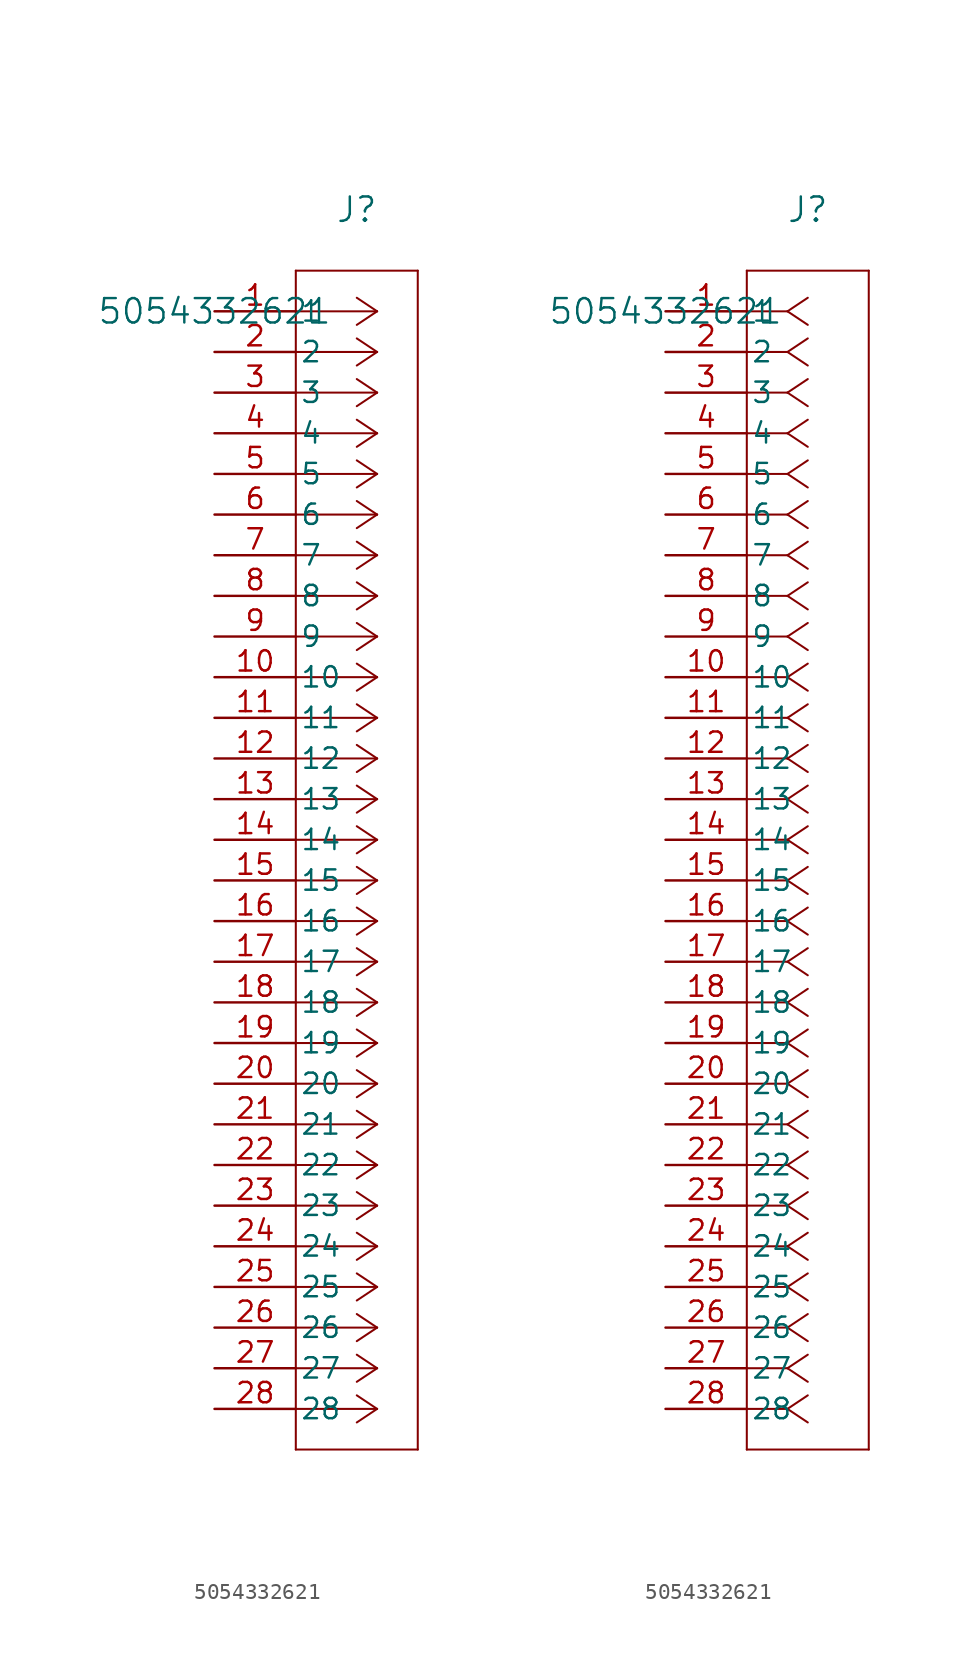
<source format=kicad_sym>
(kicad_symbol_lib
  (version 20231120)
  (generator "kicad_symbol_editor")
  (generator_version "8.0")
  (symbol "5054332621"
    (pin_names
      (offset 0.254))
    (property "Reference" "J"
      (at 8.89 6.35 0)
      (effects (font (size 1.524 1.524))))
    (property "Value" "5054332621"
      (at 0 0 0)
      (effects (font (size 1.524 1.524))))
    (property "ki_locked" ""
      (at 0 0 0)
      (effects (font (size 1.27 1.27))))
    (symbol "5054332621_1_1"
      (polyline (pts (xy 5.08 -71.12) (xy 12.7 -71.12)) (stroke (width 0.127) (type default)) (fill (type none)))
      (polyline (pts (xy 5.08 2.54) (xy 5.08 -71.12)) (stroke (width 0.127) (type default)) (fill (type none)))
      (polyline (pts (xy 10.16 -68.58) (xy 5.08 -68.58)) (stroke (width 0.127) (type default)) (fill (type none)))
      (polyline (pts (xy 10.16 -68.58) (xy 8.89 -69.427)) (stroke (width 0.127) (type default)) (fill (type none)))
      (polyline (pts (xy 10.16 -68.58) (xy 8.89 -67.733)) (stroke (width 0.127) (type default)) (fill (type none)))
      (polyline (pts (xy 10.16 -66.04) (xy 5.08 -66.04)) (stroke (width 0.127) (type default)) (fill (type none)))
      (polyline (pts (xy 10.16 -66.04) (xy 8.89 -66.887)) (stroke (width 0.127) (type default)) (fill (type none)))
      (polyline (pts (xy 10.16 -66.04) (xy 8.89 -65.193)) (stroke (width 0.127) (type default)) (fill (type none)))
      (polyline (pts (xy 10.16 -63.5) (xy 5.08 -63.5)) (stroke (width 0.127) (type default)) (fill (type none)))
      (polyline (pts (xy 10.16 -63.5) (xy 8.89 -64.347)) (stroke (width 0.127) (type default)) (fill (type none)))
      (polyline (pts (xy 10.16 -63.5) (xy 8.89 -62.653)) (stroke (width 0.127) (type default)) (fill (type none)))
      (polyline (pts (xy 10.16 -60.96) (xy 5.08 -60.96)) (stroke (width 0.127) (type default)) (fill (type none)))
      (polyline (pts (xy 10.16 -60.96) (xy 8.89 -61.807)) (stroke (width 0.127) (type default)) (fill (type none)))
      (polyline (pts (xy 10.16 -60.96) (xy 8.89 -60.113)) (stroke (width 0.127) (type default)) (fill (type none)))
      (polyline (pts (xy 10.16 -58.42) (xy 5.08 -58.42)) (stroke (width 0.127) (type default)) (fill (type none)))
      (polyline (pts (xy 10.16 -58.42) (xy 8.89 -59.267)) (stroke (width 0.127) (type default)) (fill (type none)))
      (polyline (pts (xy 10.16 -58.42) (xy 8.89 -57.573)) (stroke (width 0.127) (type default)) (fill (type none)))
      (polyline (pts (xy 10.16 -55.88) (xy 5.08 -55.88)) (stroke (width 0.127) (type default)) (fill (type none)))
      (polyline (pts (xy 10.16 -55.88) (xy 8.89 -56.727)) (stroke (width 0.127) (type default)) (fill (type none)))
      (polyline (pts (xy 10.16 -55.88) (xy 8.89 -55.033)) (stroke (width 0.127) (type default)) (fill (type none)))
      (polyline (pts (xy 10.16 -53.34) (xy 5.08 -53.34)) (stroke (width 0.127) (type default)) (fill (type none)))
      (polyline (pts (xy 10.16 -53.34) (xy 8.89 -54.187)) (stroke (width 0.127) (type default)) (fill (type none)))
      (polyline (pts (xy 10.16 -53.34) (xy 8.89 -52.493)) (stroke (width 0.127) (type default)) (fill (type none)))
      (polyline (pts (xy 10.16 -50.8) (xy 5.08 -50.8)) (stroke (width 0.127) (type default)) (fill (type none)))
      (polyline (pts (xy 10.16 -50.8) (xy 8.89 -51.647)) (stroke (width 0.127) (type default)) (fill (type none)))
      (polyline (pts (xy 10.16 -50.8) (xy 8.89 -49.953)) (stroke (width 0.127) (type default)) (fill (type none)))
      (polyline (pts (xy 10.16 -48.26) (xy 5.08 -48.26)) (stroke (width 0.127) (type default)) (fill (type none)))
      (polyline (pts (xy 10.16 -48.26) (xy 8.89 -49.107)) (stroke (width 0.127) (type default)) (fill (type none)))
      (polyline (pts (xy 10.16 -48.26) (xy 8.89 -47.413)) (stroke (width 0.127) (type default)) (fill (type none)))
      (polyline (pts (xy 10.16 -45.72) (xy 5.08 -45.72)) (stroke (width 0.127) (type default)) (fill (type none)))
      (polyline (pts (xy 10.16 -45.72) (xy 8.89 -46.567)) (stroke (width 0.127) (type default)) (fill (type none)))
      (polyline (pts (xy 10.16 -45.72) (xy 8.89 -44.873)) (stroke (width 0.127) (type default)) (fill (type none)))
      (polyline (pts (xy 10.16 -43.18) (xy 5.08 -43.18)) (stroke (width 0.127) (type default)) (fill (type none)))
      (polyline (pts (xy 10.16 -43.18) (xy 8.89 -44.027)) (stroke (width 0.127) (type default)) (fill (type none)))
      (polyline (pts (xy 10.16 -43.18) (xy 8.89 -42.333)) (stroke (width 0.127) (type default)) (fill (type none)))
      (polyline (pts (xy 10.16 -40.64) (xy 5.08 -40.64)) (stroke (width 0.127) (type default)) (fill (type none)))
      (polyline (pts (xy 10.16 -40.64) (xy 8.89 -41.487)) (stroke (width 0.127) (type default)) (fill (type none)))
      (polyline (pts (xy 10.16 -40.64) (xy 8.89 -39.793)) (stroke (width 0.127) (type default)) (fill (type none)))
      (polyline (pts (xy 10.16 -38.1) (xy 5.08 -38.1)) (stroke (width 0.127) (type default)) (fill (type none)))
      (polyline (pts (xy 10.16 -38.1) (xy 8.89 -38.947)) (stroke (width 0.127) (type default)) (fill (type none)))
      (polyline (pts (xy 10.16 -38.1) (xy 8.89 -37.253)) (stroke (width 0.127) (type default)) (fill (type none)))
      (polyline (pts (xy 10.16 -35.56) (xy 5.08 -35.56)) (stroke (width 0.127) (type default)) (fill (type none)))
      (polyline (pts (xy 10.16 -35.56) (xy 8.89 -36.407)) (stroke (width 0.127) (type default)) (fill (type none)))
      (polyline (pts (xy 10.16 -35.56) (xy 8.89 -34.713)) (stroke (width 0.127) (type default)) (fill (type none)))
      (polyline (pts (xy 10.16 -33.02) (xy 5.08 -33.02)) (stroke (width 0.127) (type default)) (fill (type none)))
      (polyline (pts (xy 10.16 -33.02) (xy 8.89 -33.867)) (stroke (width 0.127) (type default)) (fill (type none)))
      (polyline (pts (xy 10.16 -33.02) (xy 8.89 -32.173)) (stroke (width 0.127) (type default)) (fill (type none)))
      (polyline (pts (xy 10.16 -30.48) (xy 5.08 -30.48)) (stroke (width 0.127) (type default)) (fill (type none)))
      (polyline (pts (xy 10.16 -30.48) (xy 8.89 -31.327)) (stroke (width 0.127) (type default)) (fill (type none)))
      (polyline (pts (xy 10.16 -30.48) (xy 8.89 -29.633)) (stroke (width 0.127) (type default)) (fill (type none)))
      (polyline (pts (xy 10.16 -27.94) (xy 5.08 -27.94)) (stroke (width 0.127) (type default)) (fill (type none)))
      (polyline (pts (xy 10.16 -27.94) (xy 8.89 -28.787)) (stroke (width 0.127) (type default)) (fill (type none)))
      (polyline (pts (xy 10.16 -27.94) (xy 8.89 -27.093)) (stroke (width 0.127) (type default)) (fill (type none)))
      (polyline (pts (xy 10.16 -25.4) (xy 5.08 -25.4)) (stroke (width 0.127) (type default)) (fill (type none)))
      (polyline (pts (xy 10.16 -25.4) (xy 8.89 -26.247)) (stroke (width 0.127) (type default)) (fill (type none)))
      (polyline (pts (xy 10.16 -25.4) (xy 8.89 -24.553)) (stroke (width 0.127) (type default)) (fill (type none)))
      (polyline (pts (xy 10.16 -22.86) (xy 5.08 -22.86)) (stroke (width 0.127) (type default)) (fill (type none)))
      (polyline (pts (xy 10.16 -22.86) (xy 8.89 -23.707)) (stroke (width 0.127) (type default)) (fill (type none)))
      (polyline (pts (xy 10.16 -22.86) (xy 8.89 -22.013)) (stroke (width 0.127) (type default)) (fill (type none)))
      (polyline (pts (xy 10.16 -20.32) (xy 5.08 -20.32)) (stroke (width 0.127) (type default)) (fill (type none)))
      (polyline (pts (xy 10.16 -20.32) (xy 8.89 -21.167)) (stroke (width 0.127) (type default)) (fill (type none)))
      (polyline (pts (xy 10.16 -20.32) (xy 8.89 -19.473)) (stroke (width 0.127) (type default)) (fill (type none)))
      (polyline (pts (xy 10.16 -17.78) (xy 5.08 -17.78)) (stroke (width 0.127) (type default)) (fill (type none)))
      (polyline (pts (xy 10.16 -17.78) (xy 8.89 -18.627)) (stroke (width 0.127) (type default)) (fill (type none)))
      (polyline (pts (xy 10.16 -17.78) (xy 8.89 -16.933)) (stroke (width 0.127) (type default)) (fill (type none)))
      (polyline (pts (xy 10.16 -15.24) (xy 5.08 -15.24)) (stroke (width 0.127) (type default)) (fill (type none)))
      (polyline (pts (xy 10.16 -15.24) (xy 8.89 -16.087)) (stroke (width 0.127) (type default)) (fill (type none)))
      (polyline (pts (xy 10.16 -15.24) (xy 8.89 -14.393)) (stroke (width 0.127) (type default)) (fill (type none)))
      (polyline (pts (xy 10.16 -12.7) (xy 5.08 -12.7)) (stroke (width 0.127) (type default)) (fill (type none)))
      (polyline (pts (xy 10.16 -12.7) (xy 8.89 -13.547)) (stroke (width 0.127) (type default)) (fill (type none)))
      (polyline (pts (xy 10.16 -12.7) (xy 8.89 -11.853)) (stroke (width 0.127) (type default)) (fill (type none)))
      (polyline (pts (xy 10.16 -10.16) (xy 5.08 -10.16)) (stroke (width 0.127) (type default)) (fill (type none)))
      (polyline (pts (xy 10.16 -10.16) (xy 8.89 -11.007)) (stroke (width 0.127) (type default)) (fill (type none)))
      (polyline (pts (xy 10.16 -10.16) (xy 8.89 -9.313)) (stroke (width 0.127) (type default)) (fill (type none)))
      (polyline (pts (xy 10.16 -7.62) (xy 5.08 -7.62)) (stroke (width 0.127) (type default)) (fill (type none)))
      (polyline (pts (xy 10.16 -7.62) (xy 8.89 -8.467)) (stroke (width 0.127) (type default)) (fill (type none)))
      (polyline (pts (xy 10.16 -7.62) (xy 8.89 -6.773)) (stroke (width 0.127) (type default)) (fill (type none)))
      (polyline (pts (xy 10.16 -5.08) (xy 5.08 -5.08)) (stroke (width 0.127) (type default)) (fill (type none)))
      (polyline (pts (xy 10.16 -5.08) (xy 8.89 -5.927)) (stroke (width 0.127) (type default)) (fill (type none)))
      (polyline (pts (xy 10.16 -5.08) (xy 8.89 -4.233)) (stroke (width 0.127) (type default)) (fill (type none)))
      (polyline (pts (xy 10.16 -2.54) (xy 5.08 -2.54)) (stroke (width 0.127) (type default)) (fill (type none)))
      (polyline (pts (xy 10.16 -2.54) (xy 8.89 -3.387)) (stroke (width 0.127) (type default)) (fill (type none)))
      (polyline (pts (xy 10.16 -2.54) (xy 8.89 -1.693)) (stroke (width 0.127) (type default)) (fill (type none)))
      (polyline (pts (xy 10.16 0) (xy 5.08 0)) (stroke (width 0.127) (type default)) (fill (type none)))
      (polyline (pts (xy 10.16 0) (xy 8.89 -0.847)) (stroke (width 0.127) (type default)) (fill (type none)))
      (polyline (pts (xy 10.16 0) (xy 8.89 0.847)) (stroke (width 0.127) (type default)) (fill (type none)))
      (polyline (pts (xy 12.7 -71.12) (xy 12.7 2.54)) (stroke (width 0.127) (type default)) (fill (type none)))
      (polyline (pts (xy 12.7 2.54) (xy 5.08 2.54)) (stroke (width 0.127) (type default)) (fill (type none)))
      (pin unspecified line (at 0 0 0) (length 5.08) (name "1" (effects (font (size 1.27 1.27)))) (number "1" (effects (font (size 1.27 1.27)))))
      (pin unspecified line (at 0 -22.86 0) (length 5.08) (name "10" (effects (font (size 1.27 1.27)))) (number "10" (effects (font (size 1.27 1.27)))))
      (pin unspecified line (at 0 -25.4 0) (length 5.08) (name "11" (effects (font (size 1.27 1.27)))) (number "11" (effects (font (size 1.27 1.27)))))
      (pin unspecified line (at 0 -27.94 0) (length 5.08) (name "12" (effects (font (size 1.27 1.27)))) (number "12" (effects (font (size 1.27 1.27)))))
      (pin unspecified line (at 0 -30.48 0) (length 5.08) (name "13" (effects (font (size 1.27 1.27)))) (number "13" (effects (font (size 1.27 1.27)))))
      (pin unspecified line (at 0 -33.02 0) (length 5.08) (name "14" (effects (font (size 1.27 1.27)))) (number "14" (effects (font (size 1.27 1.27)))))
      (pin unspecified line (at 0 -35.56 0) (length 5.08) (name "15" (effects (font (size 1.27 1.27)))) (number "15" (effects (font (size 1.27 1.27)))))
      (pin unspecified line (at 0 -38.1 0) (length 5.08) (name "16" (effects (font (size 1.27 1.27)))) (number "16" (effects (font (size 1.27 1.27)))))
      (pin unspecified line (at 0 -40.64 0) (length 5.08) (name "17" (effects (font (size 1.27 1.27)))) (number "17" (effects (font (size 1.27 1.27)))))
      (pin unspecified line (at 0 -43.18 0) (length 5.08) (name "18" (effects (font (size 1.27 1.27)))) (number "18" (effects (font (size 1.27 1.27)))))
      (pin unspecified line (at 0 -45.72 0) (length 5.08) (name "19" (effects (font (size 1.27 1.27)))) (number "19" (effects (font (size 1.27 1.27)))))
      (pin unspecified line (at 0 -2.54 0) (length 5.08) (name "2" (effects (font (size 1.27 1.27)))) (number "2" (effects (font (size 1.27 1.27)))))
      (pin unspecified line (at 0 -48.26 0) (length 5.08) (name "20" (effects (font (size 1.27 1.27)))) (number "20" (effects (font (size 1.27 1.27)))))
      (pin unspecified line (at 0 -50.8 0) (length 5.08) (name "21" (effects (font (size 1.27 1.27)))) (number "21" (effects (font (size 1.27 1.27)))))
      (pin unspecified line (at 0 -53.34 0) (length 5.08) (name "22" (effects (font (size 1.27 1.27)))) (number "22" (effects (font (size 1.27 1.27)))))
      (pin unspecified line (at 0 -55.88 0) (length 5.08) (name "23" (effects (font (size 1.27 1.27)))) (number "23" (effects (font (size 1.27 1.27)))))
      (pin unspecified line (at 0 -58.42 0) (length 5.08) (name "24" (effects (font (size 1.27 1.27)))) (number "24" (effects (font (size 1.27 1.27)))))
      (pin unspecified line (at 0 -60.96 0) (length 5.08) (name "25" (effects (font (size 1.27 1.27)))) (number "25" (effects (font (size 1.27 1.27)))))
      (pin unspecified line (at 0 -63.5 0) (length 5.08) (name "26" (effects (font (size 1.27 1.27)))) (number "26" (effects (font (size 1.27 1.27)))))
      (pin unspecified line (at 0 -66.04 0) (length 5.08) (name "27" (effects (font (size 1.27 1.27)))) (number "27" (effects (font (size 1.27 1.27)))))
      (pin unspecified line (at 0 -68.58 0) (length 5.08) (name "28" (effects (font (size 1.27 1.27)))) (number "28" (effects (font (size 1.27 1.27)))))
      (pin unspecified line (at 0 -5.08 0) (length 5.08) (name "3" (effects (font (size 1.27 1.27)))) (number "3" (effects (font (size 1.27 1.27)))))
      (pin unspecified line (at 0 -7.62 0) (length 5.08) (name "4" (effects (font (size 1.27 1.27)))) (number "4" (effects (font (size 1.27 1.27)))))
      (pin unspecified line (at 0 -10.16 0) (length 5.08) (name "5" (effects (font (size 1.27 1.27)))) (number "5" (effects (font (size 1.27 1.27)))))
      (pin unspecified line (at 0 -12.7 0) (length 5.08) (name "6" (effects (font (size 1.27 1.27)))) (number "6" (effects (font (size 1.27 1.27)))))
      (pin unspecified line (at 0 -15.24 0) (length 5.08) (name "7" (effects (font (size 1.27 1.27)))) (number "7" (effects (font (size 1.27 1.27)))))
      (pin unspecified line (at 0 -17.78 0) (length 5.08) (name "8" (effects (font (size 1.27 1.27)))) (number "8" (effects (font (size 1.27 1.27)))))
      (pin unspecified line (at 0 -20.32 0) (length 5.08) (name "9" (effects (font (size 1.27 1.27)))) (number "9" (effects (font (size 1.27 1.27))))))
    (symbol "5054332621_1_2"
      (polyline (pts (xy 5.08 -71.12) (xy 12.7 -71.12)) (stroke (width 0.127) (type default)) (fill (type none)))
      (polyline (pts (xy 5.08 2.54) (xy 5.08 -71.12)) (stroke (width 0.127) (type default)) (fill (type none)))
      (polyline (pts (xy 7.62 -68.58) (xy 5.08 -68.58)) (stroke (width 0.127) (type default)) (fill (type none)))
      (polyline (pts (xy 7.62 -68.58) (xy 8.89 -69.427)) (stroke (width 0.127) (type default)) (fill (type none)))
      (polyline (pts (xy 7.62 -68.58) (xy 8.89 -67.733)) (stroke (width 0.127) (type default)) (fill (type none)))
      (polyline (pts (xy 7.62 -66.04) (xy 5.08 -66.04)) (stroke (width 0.127) (type default)) (fill (type none)))
      (polyline (pts (xy 7.62 -66.04) (xy 8.89 -66.887)) (stroke (width 0.127) (type default)) (fill (type none)))
      (polyline (pts (xy 7.62 -66.04) (xy 8.89 -65.193)) (stroke (width 0.127) (type default)) (fill (type none)))
      (polyline (pts (xy 7.62 -63.5) (xy 5.08 -63.5)) (stroke (width 0.127) (type default)) (fill (type none)))
      (polyline (pts (xy 7.62 -63.5) (xy 8.89 -64.347)) (stroke (width 0.127) (type default)) (fill (type none)))
      (polyline (pts (xy 7.62 -63.5) (xy 8.89 -62.653)) (stroke (width 0.127) (type default)) (fill (type none)))
      (polyline (pts (xy 7.62 -60.96) (xy 5.08 -60.96)) (stroke (width 0.127) (type default)) (fill (type none)))
      (polyline (pts (xy 7.62 -60.96) (xy 8.89 -61.807)) (stroke (width 0.127) (type default)) (fill (type none)))
      (polyline (pts (xy 7.62 -60.96) (xy 8.89 -60.113)) (stroke (width 0.127) (type default)) (fill (type none)))
      (polyline (pts (xy 7.62 -58.42) (xy 5.08 -58.42)) (stroke (width 0.127) (type default)) (fill (type none)))
      (polyline (pts (xy 7.62 -58.42) (xy 8.89 -59.267)) (stroke (width 0.127) (type default)) (fill (type none)))
      (polyline (pts (xy 7.62 -58.42) (xy 8.89 -57.573)) (stroke (width 0.127) (type default)) (fill (type none)))
      (polyline (pts (xy 7.62 -55.88) (xy 5.08 -55.88)) (stroke (width 0.127) (type default)) (fill (type none)))
      (polyline (pts (xy 7.62 -55.88) (xy 8.89 -56.727)) (stroke (width 0.127) (type default)) (fill (type none)))
      (polyline (pts (xy 7.62 -55.88) (xy 8.89 -55.033)) (stroke (width 0.127) (type default)) (fill (type none)))
      (polyline (pts (xy 7.62 -53.34) (xy 5.08 -53.34)) (stroke (width 0.127) (type default)) (fill (type none)))
      (polyline (pts (xy 7.62 -53.34) (xy 8.89 -54.187)) (stroke (width 0.127) (type default)) (fill (type none)))
      (polyline (pts (xy 7.62 -53.34) (xy 8.89 -52.493)) (stroke (width 0.127) (type default)) (fill (type none)))
      (polyline (pts (xy 7.62 -50.8) (xy 5.08 -50.8)) (stroke (width 0.127) (type default)) (fill (type none)))
      (polyline (pts (xy 7.62 -50.8) (xy 8.89 -51.647)) (stroke (width 0.127) (type default)) (fill (type none)))
      (polyline (pts (xy 7.62 -50.8) (xy 8.89 -49.953)) (stroke (width 0.127) (type default)) (fill (type none)))
      (polyline (pts (xy 7.62 -48.26) (xy 5.08 -48.26)) (stroke (width 0.127) (type default)) (fill (type none)))
      (polyline (pts (xy 7.62 -48.26) (xy 8.89 -49.107)) (stroke (width 0.127) (type default)) (fill (type none)))
      (polyline (pts (xy 7.62 -48.26) (xy 8.89 -47.413)) (stroke (width 0.127) (type default)) (fill (type none)))
      (polyline (pts (xy 7.62 -45.72) (xy 5.08 -45.72)) (stroke (width 0.127) (type default)) (fill (type none)))
      (polyline (pts (xy 7.62 -45.72) (xy 8.89 -46.567)) (stroke (width 0.127) (type default)) (fill (type none)))
      (polyline (pts (xy 7.62 -45.72) (xy 8.89 -44.873)) (stroke (width 0.127) (type default)) (fill (type none)))
      (polyline (pts (xy 7.62 -43.18) (xy 5.08 -43.18)) (stroke (width 0.127) (type default)) (fill (type none)))
      (polyline (pts (xy 7.62 -43.18) (xy 8.89 -44.027)) (stroke (width 0.127) (type default)) (fill (type none)))
      (polyline (pts (xy 7.62 -43.18) (xy 8.89 -42.333)) (stroke (width 0.127) (type default)) (fill (type none)))
      (polyline (pts (xy 7.62 -40.64) (xy 5.08 -40.64)) (stroke (width 0.127) (type default)) (fill (type none)))
      (polyline (pts (xy 7.62 -40.64) (xy 8.89 -41.487)) (stroke (width 0.127) (type default)) (fill (type none)))
      (polyline (pts (xy 7.62 -40.64) (xy 8.89 -39.793)) (stroke (width 0.127) (type default)) (fill (type none)))
      (polyline (pts (xy 7.62 -38.1) (xy 5.08 -38.1)) (stroke (width 0.127) (type default)) (fill (type none)))
      (polyline (pts (xy 7.62 -38.1) (xy 8.89 -38.947)) (stroke (width 0.127) (type default)) (fill (type none)))
      (polyline (pts (xy 7.62 -38.1) (xy 8.89 -37.253)) (stroke (width 0.127) (type default)) (fill (type none)))
      (polyline (pts (xy 7.62 -35.56) (xy 5.08 -35.56)) (stroke (width 0.127) (type default)) (fill (type none)))
      (polyline (pts (xy 7.62 -35.56) (xy 8.89 -36.407)) (stroke (width 0.127) (type default)) (fill (type none)))
      (polyline (pts (xy 7.62 -35.56) (xy 8.89 -34.713)) (stroke (width 0.127) (type default)) (fill (type none)))
      (polyline (pts (xy 7.62 -33.02) (xy 5.08 -33.02)) (stroke (width 0.127) (type default)) (fill (type none)))
      (polyline (pts (xy 7.62 -33.02) (xy 8.89 -33.867)) (stroke (width 0.127) (type default)) (fill (type none)))
      (polyline (pts (xy 7.62 -33.02) (xy 8.89 -32.173)) (stroke (width 0.127) (type default)) (fill (type none)))
      (polyline (pts (xy 7.62 -30.48) (xy 5.08 -30.48)) (stroke (width 0.127) (type default)) (fill (type none)))
      (polyline (pts (xy 7.62 -30.48) (xy 8.89 -31.327)) (stroke (width 0.127) (type default)) (fill (type none)))
      (polyline (pts (xy 7.62 -30.48) (xy 8.89 -29.633)) (stroke (width 0.127) (type default)) (fill (type none)))
      (polyline (pts (xy 7.62 -27.94) (xy 5.08 -27.94)) (stroke (width 0.127) (type default)) (fill (type none)))
      (polyline (pts (xy 7.62 -27.94) (xy 8.89 -28.787)) (stroke (width 0.127) (type default)) (fill (type none)))
      (polyline (pts (xy 7.62 -27.94) (xy 8.89 -27.093)) (stroke (width 0.127) (type default)) (fill (type none)))
      (polyline (pts (xy 7.62 -25.4) (xy 5.08 -25.4)) (stroke (width 0.127) (type default)) (fill (type none)))
      (polyline (pts (xy 7.62 -25.4) (xy 8.89 -26.247)) (stroke (width 0.127) (type default)) (fill (type none)))
      (polyline (pts (xy 7.62 -25.4) (xy 8.89 -24.553)) (stroke (width 0.127) (type default)) (fill (type none)))
      (polyline (pts (xy 7.62 -22.86) (xy 5.08 -22.86)) (stroke (width 0.127) (type default)) (fill (type none)))
      (polyline (pts (xy 7.62 -22.86) (xy 8.89 -23.707)) (stroke (width 0.127) (type default)) (fill (type none)))
      (polyline (pts (xy 7.62 -22.86) (xy 8.89 -22.013)) (stroke (width 0.127) (type default)) (fill (type none)))
      (polyline (pts (xy 7.62 -20.32) (xy 5.08 -20.32)) (stroke (width 0.127) (type default)) (fill (type none)))
      (polyline (pts (xy 7.62 -20.32) (xy 8.89 -21.167)) (stroke (width 0.127) (type default)) (fill (type none)))
      (polyline (pts (xy 7.62 -20.32) (xy 8.89 -19.473)) (stroke (width 0.127) (type default)) (fill (type none)))
      (polyline (pts (xy 7.62 -17.78) (xy 5.08 -17.78)) (stroke (width 0.127) (type default)) (fill (type none)))
      (polyline (pts (xy 7.62 -17.78) (xy 8.89 -18.627)) (stroke (width 0.127) (type default)) (fill (type none)))
      (polyline (pts (xy 7.62 -17.78) (xy 8.89 -16.933)) (stroke (width 0.127) (type default)) (fill (type none)))
      (polyline (pts (xy 7.62 -15.24) (xy 5.08 -15.24)) (stroke (width 0.127) (type default)) (fill (type none)))
      (polyline (pts (xy 7.62 -15.24) (xy 8.89 -16.087)) (stroke (width 0.127) (type default)) (fill (type none)))
      (polyline (pts (xy 7.62 -15.24) (xy 8.89 -14.393)) (stroke (width 0.127) (type default)) (fill (type none)))
      (polyline (pts (xy 7.62 -12.7) (xy 5.08 -12.7)) (stroke (width 0.127) (type default)) (fill (type none)))
      (polyline (pts (xy 7.62 -12.7) (xy 8.89 -13.547)) (stroke (width 0.127) (type default)) (fill (type none)))
      (polyline (pts (xy 7.62 -12.7) (xy 8.89 -11.853)) (stroke (width 0.127) (type default)) (fill (type none)))
      (polyline (pts (xy 7.62 -10.16) (xy 5.08 -10.16)) (stroke (width 0.127) (type default)) (fill (type none)))
      (polyline (pts (xy 7.62 -10.16) (xy 8.89 -11.007)) (stroke (width 0.127) (type default)) (fill (type none)))
      (polyline (pts (xy 7.62 -10.16) (xy 8.89 -9.313)) (stroke (width 0.127) (type default)) (fill (type none)))
      (polyline (pts (xy 7.62 -7.62) (xy 5.08 -7.62)) (stroke (width 0.127) (type default)) (fill (type none)))
      (polyline (pts (xy 7.62 -7.62) (xy 8.89 -8.467)) (stroke (width 0.127) (type default)) (fill (type none)))
      (polyline (pts (xy 7.62 -7.62) (xy 8.89 -6.773)) (stroke (width 0.127) (type default)) (fill (type none)))
      (polyline (pts (xy 7.62 -5.08) (xy 5.08 -5.08)) (stroke (width 0.127) (type default)) (fill (type none)))
      (polyline (pts (xy 7.62 -5.08) (xy 8.89 -5.927)) (stroke (width 0.127) (type default)) (fill (type none)))
      (polyline (pts (xy 7.62 -5.08) (xy 8.89 -4.233)) (stroke (width 0.127) (type default)) (fill (type none)))
      (polyline (pts (xy 7.62 -2.54) (xy 5.08 -2.54)) (stroke (width 0.127) (type default)) (fill (type none)))
      (polyline (pts (xy 7.62 -2.54) (xy 8.89 -3.387)) (stroke (width 0.127) (type default)) (fill (type none)))
      (polyline (pts (xy 7.62 -2.54) (xy 8.89 -1.693)) (stroke (width 0.127) (type default)) (fill (type none)))
      (polyline (pts (xy 7.62 0) (xy 5.08 0)) (stroke (width 0.127) (type default)) (fill (type none)))
      (polyline (pts (xy 7.62 0) (xy 8.89 -0.847)) (stroke (width 0.127) (type default)) (fill (type none)))
      (polyline (pts (xy 7.62 0) (xy 8.89 0.847)) (stroke (width 0.127) (type default)) (fill (type none)))
      (polyline (pts (xy 12.7 -71.12) (xy 12.7 2.54)) (stroke (width 0.127) (type default)) (fill (type none)))
      (polyline (pts (xy 12.7 2.54) (xy 5.08 2.54)) (stroke (width 0.127) (type default)) (fill (type none)))
      (pin unspecified line (at 0 0 0) (length 5.08) (name "1" (effects (font (size 1.27 1.27)))) (number "1" (effects (font (size 1.27 1.27)))))
      (pin unspecified line (at 0 -22.86 0) (length 5.08) (name "10" (effects (font (size 1.27 1.27)))) (number "10" (effects (font (size 1.27 1.27)))))
      (pin unspecified line (at 0 -25.4 0) (length 5.08) (name "11" (effects (font (size 1.27 1.27)))) (number "11" (effects (font (size 1.27 1.27)))))
      (pin unspecified line (at 0 -27.94 0) (length 5.08) (name "12" (effects (font (size 1.27 1.27)))) (number "12" (effects (font (size 1.27 1.27)))))
      (pin unspecified line (at 0 -30.48 0) (length 5.08) (name "13" (effects (font (size 1.27 1.27)))) (number "13" (effects (font (size 1.27 1.27)))))
      (pin unspecified line (at 0 -33.02 0) (length 5.08) (name "14" (effects (font (size 1.27 1.27)))) (number "14" (effects (font (size 1.27 1.27)))))
      (pin unspecified line (at 0 -35.56 0) (length 5.08) (name "15" (effects (font (size 1.27 1.27)))) (number "15" (effects (font (size 1.27 1.27)))))
      (pin unspecified line (at 0 -38.1 0) (length 5.08) (name "16" (effects (font (size 1.27 1.27)))) (number "16" (effects (font (size 1.27 1.27)))))
      (pin unspecified line (at 0 -40.64 0) (length 5.08) (name "17" (effects (font (size 1.27 1.27)))) (number "17" (effects (font (size 1.27 1.27)))))
      (pin unspecified line (at 0 -43.18 0) (length 5.08) (name "18" (effects (font (size 1.27 1.27)))) (number "18" (effects (font (size 1.27 1.27)))))
      (pin unspecified line (at 0 -45.72 0) (length 5.08) (name "19" (effects (font (size 1.27 1.27)))) (number "19" (effects (font (size 1.27 1.27)))))
      (pin unspecified line (at 0 -2.54 0) (length 5.08) (name "2" (effects (font (size 1.27 1.27)))) (number "2" (effects (font (size 1.27 1.27)))))
      (pin unspecified line (at 0 -48.26 0) (length 5.08) (name "20" (effects (font (size 1.27 1.27)))) (number "20" (effects (font (size 1.27 1.27)))))
      (pin unspecified line (at 0 -50.8 0) (length 5.08) (name "21" (effects (font (size 1.27 1.27)))) (number "21" (effects (font (size 1.27 1.27)))))
      (pin unspecified line (at 0 -53.34 0) (length 5.08) (name "22" (effects (font (size 1.27 1.27)))) (number "22" (effects (font (size 1.27 1.27)))))
      (pin unspecified line (at 0 -55.88 0) (length 5.08) (name "23" (effects (font (size 1.27 1.27)))) (number "23" (effects (font (size 1.27 1.27)))))
      (pin unspecified line (at 0 -58.42 0) (length 5.08) (name "24" (effects (font (size 1.27 1.27)))) (number "24" (effects (font (size 1.27 1.27)))))
      (pin unspecified line (at 0 -60.96 0) (length 5.08) (name "25" (effects (font (size 1.27 1.27)))) (number "25" (effects (font (size 1.27 1.27)))))
      (pin unspecified line (at 0 -63.5 0) (length 5.08) (name "26" (effects (font (size 1.27 1.27)))) (number "26" (effects (font (size 1.27 1.27)))))
      (pin unspecified line (at 0 -66.04 0) (length 5.08) (name "27" (effects (font (size 1.27 1.27)))) (number "27" (effects (font (size 1.27 1.27)))))
      (pin unspecified line (at 0 -68.58 0) (length 5.08) (name "28" (effects (font (size 1.27 1.27)))) (number "28" (effects (font (size 1.27 1.27)))))
      (pin unspecified line (at 0 -5.08 0) (length 5.08) (name "3" (effects (font (size 1.27 1.27)))) (number "3" (effects (font (size 1.27 1.27)))))
      (pin unspecified line (at 0 -7.62 0) (length 5.08) (name "4" (effects (font (size 1.27 1.27)))) (number "4" (effects (font (size 1.27 1.27)))))
      (pin unspecified line (at 0 -10.16 0) (length 5.08) (name "5" (effects (font (size 1.27 1.27)))) (number "5" (effects (font (size 1.27 1.27)))))
      (pin unspecified line (at 0 -12.7 0) (length 5.08) (name "6" (effects (font (size 1.27 1.27)))) (number "6" (effects (font (size 1.27 1.27)))))
      (pin unspecified line (at 0 -15.24 0) (length 5.08) (name "7" (effects (font (size 1.27 1.27)))) (number "7" (effects (font (size 1.27 1.27)))))
      (pin unspecified line (at 0 -17.78 0) (length 5.08) (name "8" (effects (font (size 1.27 1.27)))) (number "8" (effects (font (size 1.27 1.27)))))
      (pin unspecified line (at 0 -20.32 0) (length 5.08) (name "9" (effects (font (size 1.27 1.27)))) (number "9" (effects (font (size 1.27 1.27))))))))
</source>
